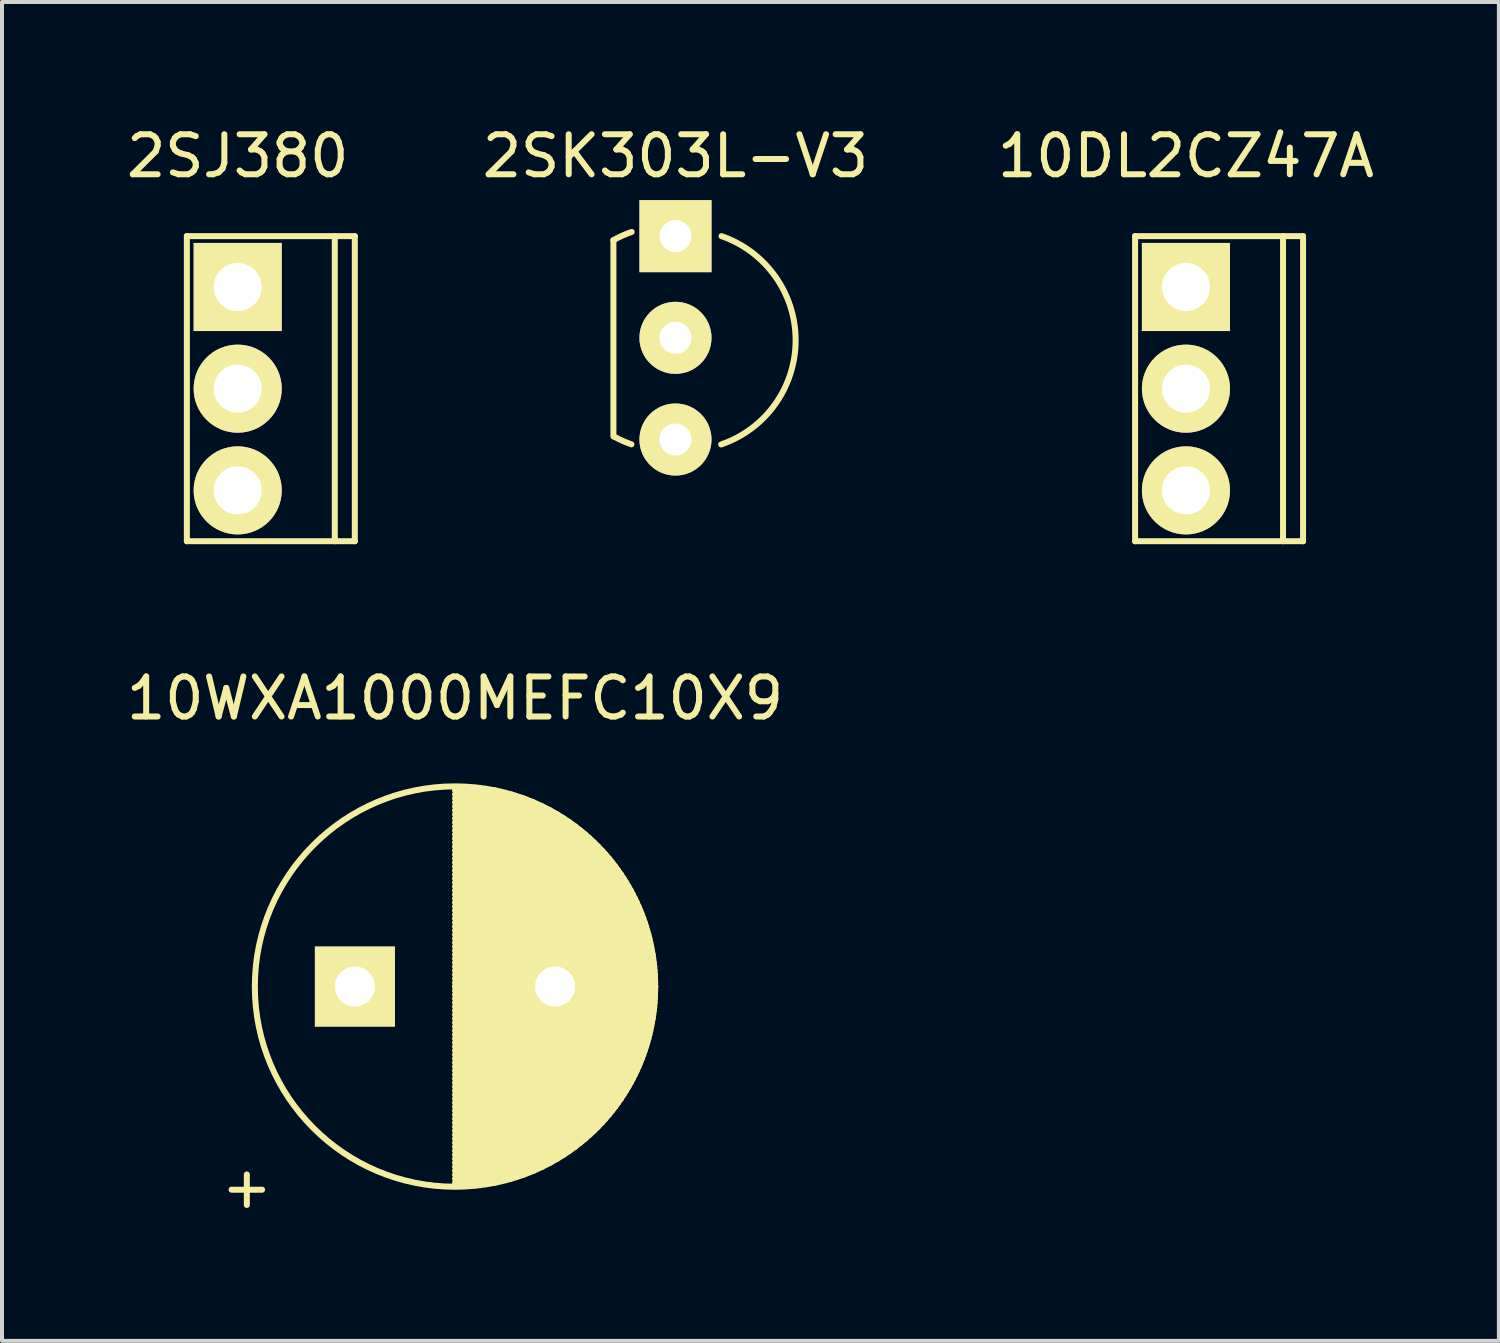
<source format=kicad_pcb>
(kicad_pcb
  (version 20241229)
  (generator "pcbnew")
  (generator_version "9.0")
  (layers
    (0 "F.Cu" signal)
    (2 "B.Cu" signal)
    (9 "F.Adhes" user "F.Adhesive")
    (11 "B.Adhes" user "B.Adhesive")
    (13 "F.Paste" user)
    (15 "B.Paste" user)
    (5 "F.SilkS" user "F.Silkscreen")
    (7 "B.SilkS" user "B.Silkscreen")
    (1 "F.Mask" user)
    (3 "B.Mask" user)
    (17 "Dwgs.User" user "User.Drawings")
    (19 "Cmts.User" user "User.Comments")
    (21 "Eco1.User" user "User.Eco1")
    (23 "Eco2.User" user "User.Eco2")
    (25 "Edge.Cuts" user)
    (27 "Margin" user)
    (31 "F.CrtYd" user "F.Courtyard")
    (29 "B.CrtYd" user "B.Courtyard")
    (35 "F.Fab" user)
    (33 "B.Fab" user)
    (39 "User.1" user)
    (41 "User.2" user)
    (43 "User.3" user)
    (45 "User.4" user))
  (footprint "10DL2CZ47A"
    (layer "F.Cu")
    (at 26.571 4.118)
    (property "Reference" "10DL2CZ47A" (at 0 -3.27 0) (layer "F.SilkS") (effects (font (size 1 1) (thickness 0.15))))
    (attr through_hole)
    (fp_line (start -1.27 -1.27) (end -1.27 6.35) (stroke (width 0.15) (type solid)) (layer "F.SilkS"))
    (fp_line (start -1.27 -1.27) (end 2.925 -1.27) (stroke (width 0.15) (type solid)) (layer "F.SilkS"))
    (fp_line (start -1.27 6.35) (end 2.925 6.35) (stroke (width 0.15) (type solid)) (layer "F.SilkS"))
    (fp_line (start 2.425 -1.27) (end 2.425 6.35) (stroke (width 0.15) (type solid)) (layer "F.SilkS"))
    (fp_line (start 2.925 -1.27) (end 2.925 6.35) (stroke (width 0.15) (type solid)) (layer "F.SilkS"))
    (pad "1" thru_hole rect (at 0 0) (size 2.2 2.2) (drill 1.2) (layers "*.Cu" "*.Mask" "F.SilkS"))
    (pad "2" thru_hole circle (at 0 2.54) (size 2.2 2.2) (drill 1.2) (layers "*.Cu" "*.Mask" "F.SilkS"))
    (pad "3" thru_hole circle (at 0 5.08) (size 2.2 2.2) (drill 1.2) (layers "*.Cu" "*.Mask" "F.SilkS")))
  (footprint "2SK303L-V3"
    (layer "F.Cu")
    (at 13.821 2.848)
    (property "Reference" "2SK303L-V3" (at 0 -2 0) (layer "F.SilkS") (effects (font (size 1 1) (thickness 0.15))))
    (attr through_hole)
    (fp_line (start -1.55 5) (end -1.55 0.1) (stroke (width 0.15) (type solid)) (layer "F.SilkS"))
    (fp_arc (start -1.55 0.1) (mid -1.326783 -0.012505) (end -1.09461 -0.105127) (stroke (width 0.15) (type solid)) (layer "F.SilkS"))
    (fp_arc (start -1.1 5.2) (mid -1.32318 5.111666) (end -1.537812 5.004217) (stroke (width 0.15) (type solid)) (layer "F.SilkS"))
    (fp_arc (start 1.15 0) (mid 3.00136 2.60449) (end 1.14151 5.202923) (stroke (width 0.15) (type solid)) (layer "F.SilkS"))
    (pad "1" thru_hole rect (at 0 0) (size 1.8 1.8) (drill 0.8) (layers "*.Cu" "*.Mask" "F.SilkS"))
    (pad "2" thru_hole circle (at 0 2.54) (size 1.8 1.8) (drill 0.8) (layers "*.Cu" "*.Mask" "F.SilkS"))
    (pad "3" thru_hole circle (at 0 5.08) (size 1.8 1.8) (drill 0.8) (layers "*.Cu" "*.Mask" "F.SilkS")))
  (footprint "10WXA1000MEFC10X9"
    (layer "F.Cu")
    (at 5.815 21.591)
    (property "Reference" "10WXA1000MEFC10X9" (at 2.5 -7.2 0) (layer "F.SilkS") (effects (font (size 1 1) (thickness 0.15))))
    (attr through_hole)
    (fp_line (start 2.5 -4.9) (end 3.495 -4.9) (stroke (width 0.15) (type solid)) (layer "F.SilkS"))
    (fp_line (start 2.5 -4.8) (end 3.9 -4.8) (stroke (width 0.15) (type solid)) (layer "F.SilkS"))
    (fp_line (start 2.5 -4.7) (end 4.206 -4.7) (stroke (width 0.15) (type solid)) (layer "F.SilkS"))
    (fp_line (start 2.5 -4.6) (end 4.46 -4.6) (stroke (width 0.15) (type solid)) (layer "F.SilkS"))
    (fp_line (start 2.5 -4.5) (end 4.679 -4.5) (stroke (width 0.15) (type solid)) (layer "F.SilkS"))
    (fp_line (start 2.5 -4.4) (end 4.875 -4.4) (stroke (width 0.15) (type solid)) (layer "F.SilkS"))
    (fp_line (start 2.5 -4.3) (end 5.051 -4.3) (stroke (width 0.15) (type solid)) (layer "F.SilkS"))
    (fp_line (start 2.5 -4.2) (end 5.213 -4.2) (stroke (width 0.15) (type solid)) (layer "F.SilkS"))
    (fp_line (start 2.5 -4.1) (end 5.362 -4.1) (stroke (width 0.15) (type solid)) (layer "F.SilkS"))
    (fp_line (start 2.5 -4) (end 5.5 -4) (stroke (width 0.15) (type solid)) (layer "F.SilkS"))
    (fp_line (start 2.5 -3.9) (end 5.629 -3.9) (stroke (width 0.15) (type solid)) (layer "F.SilkS"))
    (fp_line (start 2.5 -3.8) (end 5.75 -3.8) (stroke (width 0.15) (type solid)) (layer "F.SilkS"))
    (fp_line (start 2.5 -3.7) (end 5.863 -3.7) (stroke (width 0.15) (type solid)) (layer "F.SilkS"))
    (fp_line (start 2.5 -3.6) (end 5.97 -3.6) (stroke (width 0.15) (type solid)) (layer "F.SilkS"))
    (fp_line (start 2.5 -3.5) (end 6.071 -3.5) (stroke (width 0.15) (type solid)) (layer "F.SilkS"))
    (fp_line (start 2.5 -3.4) (end 6.166 -3.4) (stroke (width 0.15) (type solid)) (layer "F.SilkS"))
    (fp_line (start 2.5 -3.3) (end 6.256 -3.3) (stroke (width 0.15) (type solid)) (layer "F.SilkS"))
    (fp_line (start 2.5 -3.2) (end 6.342 -3.2) (stroke (width 0.15) (type solid)) (layer "F.SilkS"))
    (fp_line (start 2.5 -3.1) (end 6.423 -3.1) (stroke (width 0.15) (type solid)) (layer "F.SilkS"))
    (fp_line (start 2.5 -3) (end 6.5 -3) (stroke (width 0.15) (type solid)) (layer "F.SilkS"))
    (fp_line (start 2.5 -2.9) (end 6.573 -2.9) (stroke (width 0.15) (type solid)) (layer "F.SilkS"))
    (fp_line (start 2.5 -2.8) (end 6.642 -2.8) (stroke (width 0.15) (type solid)) (layer "F.SilkS"))
    (fp_line (start 2.5 -2.7) (end 6.708 -2.7) (stroke (width 0.15) (type solid)) (layer "F.SilkS"))
    (fp_line (start 2.5 -2.6) (end 6.771 -2.6) (stroke (width 0.15) (type solid)) (layer "F.SilkS"))
    (fp_line (start 2.5 -2.5) (end 6.83 -2.5) (stroke (width 0.15) (type solid)) (layer "F.SilkS"))
    (fp_line (start 2.5 -2.4) (end 6.886 -2.4) (stroke (width 0.15) (type solid)) (layer "F.SilkS"))
    (fp_line (start 2.5 -2.3) (end 6.94 -2.3) (stroke (width 0.15) (type solid)) (layer "F.SilkS"))
    (fp_line (start 2.5 -2.2) (end 6.99 -2.2) (stroke (width 0.15) (type solid)) (layer "F.SilkS"))
    (fp_line (start 2.5 -2.1) (end 7.038 -2.1) (stroke (width 0.15) (type solid)) (layer "F.SilkS"))
    (fp_line (start 2.5 -2) (end 7.083 -2) (stroke (width 0.15) (type solid)) (layer "F.SilkS"))
    (fp_line (start 2.5 -1.9) (end 7.125 -1.9) (stroke (width 0.15) (type solid)) (layer "F.SilkS"))
    (fp_line (start 2.5 -1.8) (end 7.165 -1.8) (stroke (width 0.15) (type solid)) (layer "F.SilkS"))
    (fp_line (start 2.5 -1.7) (end 7.202 -1.7) (stroke (width 0.15) (type solid)) (layer "F.SilkS"))
    (fp_line (start 2.5 -1.6) (end 7.237 -1.6) (stroke (width 0.15) (type solid)) (layer "F.SilkS"))
    (fp_line (start 2.5 -1.5) (end 7.27 -1.5) (stroke (width 0.15) (type solid)) (layer "F.SilkS"))
    (fp_line (start 2.5 -1.4) (end 7.3 -1.4) (stroke (width 0.15) (type solid)) (layer "F.SilkS"))
    (fp_line (start 2.5 -1.3) (end 7.328 -1.3) (stroke (width 0.15) (type solid)) (layer "F.SilkS"))
    (fp_line (start 2.5 -1.2) (end 7.354 -1.2) (stroke (width 0.15) (type solid)) (layer "F.SilkS"))
    (fp_line (start 2.5 -1.1) (end 7.377 -1.1) (stroke (width 0.15) (type solid)) (layer "F.SilkS"))
    (fp_line (start 2.5 -1) (end 7.399 -1) (stroke (width 0.15) (type solid)) (layer "F.SilkS"))
    (fp_line (start 2.5 -0.9) (end 7.418 -0.9) (stroke (width 0.15) (type solid)) (layer "F.SilkS"))
    (fp_line (start 2.5 -0.8) (end 7.436 -0.8) (stroke (width 0.15) (type solid)) (layer "F.SilkS"))
    (fp_line (start 2.5 -0.7) (end 7.451 -0.7) (stroke (width 0.15) (type solid)) (layer "F.SilkS"))
    (fp_line (start 2.5 -0.6) (end 7.464 -0.6) (stroke (width 0.15) (type solid)) (layer "F.SilkS"))
    (fp_line (start 2.5 -0.5) (end 7.475 -0.5) (stroke (width 0.15) (type solid)) (layer "F.SilkS"))
    (fp_line (start 2.5 -0.4) (end 7.484 -0.4) (stroke (width 0.15) (type solid)) (layer "F.SilkS"))
    (fp_line (start 2.5 -0.3) (end 7.491 -0.3) (stroke (width 0.15) (type solid)) (layer "F.SilkS"))
    (fp_line (start 2.5 -0.2) (end 7.496 -0.2) (stroke (width 0.15) (type solid)) (layer "F.SilkS"))
    (fp_line (start 2.5 -0.1) (end 7.499 -0.1) (stroke (width 0.15) (type solid)) (layer "F.SilkS"))
    (fp_line (start 2.5 0) (end 7.5 0) (stroke (width 0.15) (type solid)) (layer "F.SilkS"))
    (fp_line (start 2.5 0) (end 7.5 0) (stroke (width 0.15) (type solid)) (layer "F.SilkS"))
    (fp_line (start 2.5 0.1) (end 7.499 0.1) (stroke (width 0.15) (type solid)) (layer "F.SilkS"))
    (fp_line (start 2.5 0.2) (end 7.496 0.2) (stroke (width 0.15) (type solid)) (layer "F.SilkS"))
    (fp_line (start 2.5 0.3) (end 7.491 0.3) (stroke (width 0.15) (type solid)) (layer "F.SilkS"))
    (fp_line (start 2.5 0.4) (end 7.484 0.4) (stroke (width 0.15) (type solid)) (layer "F.SilkS"))
    (fp_line (start 2.5 0.5) (end 7.475 0.5) (stroke (width 0.15) (type solid)) (layer "F.SilkS"))
    (fp_line (start 2.5 0.6) (end 7.464 0.6) (stroke (width 0.15) (type solid)) (layer "F.SilkS"))
    (fp_line (start 2.5 0.7) (end 7.451 0.7) (stroke (width 0.15) (type solid)) (layer "F.SilkS"))
    (fp_line (start 2.5 0.8) (end 7.436 0.8) (stroke (width 0.15) (type solid)) (layer "F.SilkS"))
    (fp_line (start 2.5 0.9) (end 7.418 0.9) (stroke (width 0.15) (type solid)) (layer "F.SilkS"))
    (fp_line (start 2.5 1) (end 7.399 1) (stroke (width 0.15) (type solid)) (layer "F.SilkS"))
    (fp_line (start 2.5 1.1) (end 7.377 1.1) (stroke (width 0.15) (type solid)) (layer "F.SilkS"))
    (fp_line (start 2.5 1.2) (end 7.354 1.2) (stroke (width 0.15) (type solid)) (layer "F.SilkS"))
    (fp_line (start 2.5 1.3) (end 7.328 1.3) (stroke (width 0.15) (type solid)) (layer "F.SilkS"))
    (fp_line (start 2.5 1.4) (end 7.3 1.4) (stroke (width 0.15) (type solid)) (layer "F.SilkS"))
    (fp_line (start 2.5 1.5) (end 7.27 1.5) (stroke (width 0.15) (type solid)) (layer "F.SilkS"))
    (fp_line (start 2.5 1.6) (end 7.237 1.6) (stroke (width 0.15) (type solid)) (layer "F.SilkS"))
    (fp_line (start 2.5 1.7) (end 7.202 1.7) (stroke (width 0.15) (type solid)) (layer "F.SilkS"))
    (fp_line (start 2.5 1.8) (end 7.165 1.8) (stroke (width 0.15) (type solid)) (layer "F.SilkS"))
    (fp_line (start 2.5 1.9) (end 7.125 1.9) (stroke (width 0.15) (type solid)) (layer "F.SilkS"))
    (fp_line (start 2.5 2) (end 7.083 2) (stroke (width 0.15) (type solid)) (layer "F.SilkS"))
    (fp_line (start 2.5 2.1) (end 7.038 2.1) (stroke (width 0.15) (type solid)) (layer "F.SilkS"))
    (fp_line (start 2.5 2.2) (end 6.99 2.2) (stroke (width 0.15) (type solid)) (layer "F.SilkS"))
    (fp_line (start 2.5 2.3) (end 6.94 2.3) (stroke (width 0.15) (type solid)) (layer "F.SilkS"))
    (fp_line (start 2.5 2.4) (end 6.886 2.4) (stroke (width 0.15) (type solid)) (layer "F.SilkS"))
    (fp_line (start 2.5 2.5) (end 6.83 2.5) (stroke (width 0.15) (type solid)) (layer "F.SilkS"))
    (fp_line (start 2.5 2.6) (end 6.771 2.6) (stroke (width 0.15) (type solid)) (layer "F.SilkS"))
    (fp_line (start 2.5 2.7) (end 6.708 2.7) (stroke (width 0.15) (type solid)) (layer "F.SilkS"))
    (fp_line (start 2.5 2.8) (end 6.642 2.8) (stroke (width 0.15) (type solid)) (layer "F.SilkS"))
    (fp_line (start 2.5 2.9) (end 6.573 2.9) (stroke (width 0.15) (type solid)) (layer "F.SilkS"))
    (fp_line (start 2.5 3) (end 6.5 3) (stroke (width 0.15) (type solid)) (layer "F.SilkS"))
    (fp_line (start 2.5 3.1) (end 6.423 3.1) (stroke (width 0.15) (type solid)) (layer "F.SilkS"))
    (fp_line (start 2.5 3.2) (end 6.342 3.2) (stroke (width 0.15) (type solid)) (layer "F.SilkS"))
    (fp_line (start 2.5 3.3) (end 6.256 3.3) (stroke (width 0.15) (type solid)) (layer "F.SilkS"))
    (fp_line (start 2.5 3.4) (end 6.166 3.4) (stroke (width 0.15) (type solid)) (layer "F.SilkS"))
    (fp_line (start 2.5 3.5) (end 6.071 3.5) (stroke (width 0.15) (type solid)) (layer "F.SilkS"))
    (fp_line (start 2.5 3.6) (end 5.97 3.6) (stroke (width 0.15) (type solid)) (layer "F.SilkS"))
    (fp_line (start 2.5 3.7) (end 5.863 3.7) (stroke (width 0.15) (type solid)) (layer "F.SilkS"))
    (fp_line (start 2.5 3.8) (end 5.75 3.8) (stroke (width 0.15) (type solid)) (layer "F.SilkS"))
    (fp_line (start 2.5 3.9) (end 5.629 3.9) (stroke (width 0.15) (type solid)) (layer "F.SilkS"))
    (fp_line (start 2.5 4) (end 5.5 4) (stroke (width 0.15) (type solid)) (layer "F.SilkS"))
    (fp_line (start 2.5 4.1) (end 5.362 4.1) (stroke (width 0.15) (type solid)) (layer "F.SilkS"))
    (fp_line (start 2.5 4.2) (end 5.213 4.2) (stroke (width 0.15) (type solid)) (layer "F.SilkS"))
    (fp_line (start 2.5 4.3) (end 5.051 4.3) (stroke (width 0.15) (type solid)) (layer "F.SilkS"))
    (fp_line (start 2.5 4.4) (end 4.875 4.4) (stroke (width 0.15) (type solid)) (layer "F.SilkS"))
    (fp_line (start 2.5 4.5) (end 4.679 4.5) (stroke (width 0.15) (type solid)) (layer "F.SilkS"))
    (fp_line (start 2.5 4.6) (end 4.46 4.6) (stroke (width 0.15) (type solid)) (layer "F.SilkS"))
    (fp_line (start 2.5 4.7) (end 4.206 4.7) (stroke (width 0.15) (type solid)) (layer "F.SilkS"))
    (fp_line (start 2.5 4.8) (end 3.9 4.8) (stroke (width 0.15) (type solid)) (layer "F.SilkS"))
    (fp_line (start 2.5 4.9) (end 3.495 4.9) (stroke (width 0.15) (type solid)) (layer "F.SilkS"))
    (fp_circle (center 2.5 0) (end 2.5 -5) (stroke (width 0.15) (type solid)) (fill no) (layer "F.SilkS"))
    (fp_text user "+" (at -2.7 5 0) (layer "F.SilkS") (effects (font (size 1 1) (thickness 0.15))))
    (pad "1" thru_hole rect (at 0 0) (size 2 2) (drill 1) (layers "*.Cu" "*.Mask" "F.SilkS"))
    (pad "2" thru_hole circle (at 5 0) (size 2 2) (drill 1) (layers "*.Cu" "*.Mask" "F.SilkS")))
  (footprint "2SJ380"
    (layer "F.Cu")
    (at 2.887 4.118)
    (property "Reference" "2SJ380" (at 0 -3.27 0) (layer "F.SilkS") (effects (font (size 1 1) (thickness 0.15))))
    (attr through_hole)
    (fp_line (start -1.27 -1.27) (end -1.27 6.35) (stroke (width 0.15) (type solid)) (layer "F.SilkS"))
    (fp_line (start -1.27 -1.27) (end 2.925 -1.27) (stroke (width 0.15) (type solid)) (layer "F.SilkS"))
    (fp_line (start -1.27 6.35) (end 2.925 6.35) (stroke (width 0.15) (type solid)) (layer "F.SilkS"))
    (fp_line (start 2.425 -1.27) (end 2.425 6.35) (stroke (width 0.15) (type solid)) (layer "F.SilkS"))
    (fp_line (start 2.925 -1.27) (end 2.925 6.35) (stroke (width 0.15) (type solid)) (layer "F.SilkS"))
    (pad "1" thru_hole rect (at 0 0) (size 2.2 2.2) (drill 1.2) (layers "*.Cu" "*.Mask" "F.SilkS"))
    (pad "2" thru_hole circle (at 0 2.54) (size 2.2 2.2) (drill 1.2) (layers "*.Cu" "*.Mask" "F.SilkS"))
    (pad "3" thru_hole circle (at 0 5.08) (size 2.2 2.2) (drill 1.2) (layers "*.Cu" "*.Mask" "F.SilkS")))
  (gr_rect
    (start -3 -3)
    (end 34.387 30.44)
    (stroke (width 0.1) (type default))
    (fill no)
    (layer "Edge.Cuts")))
</source>
